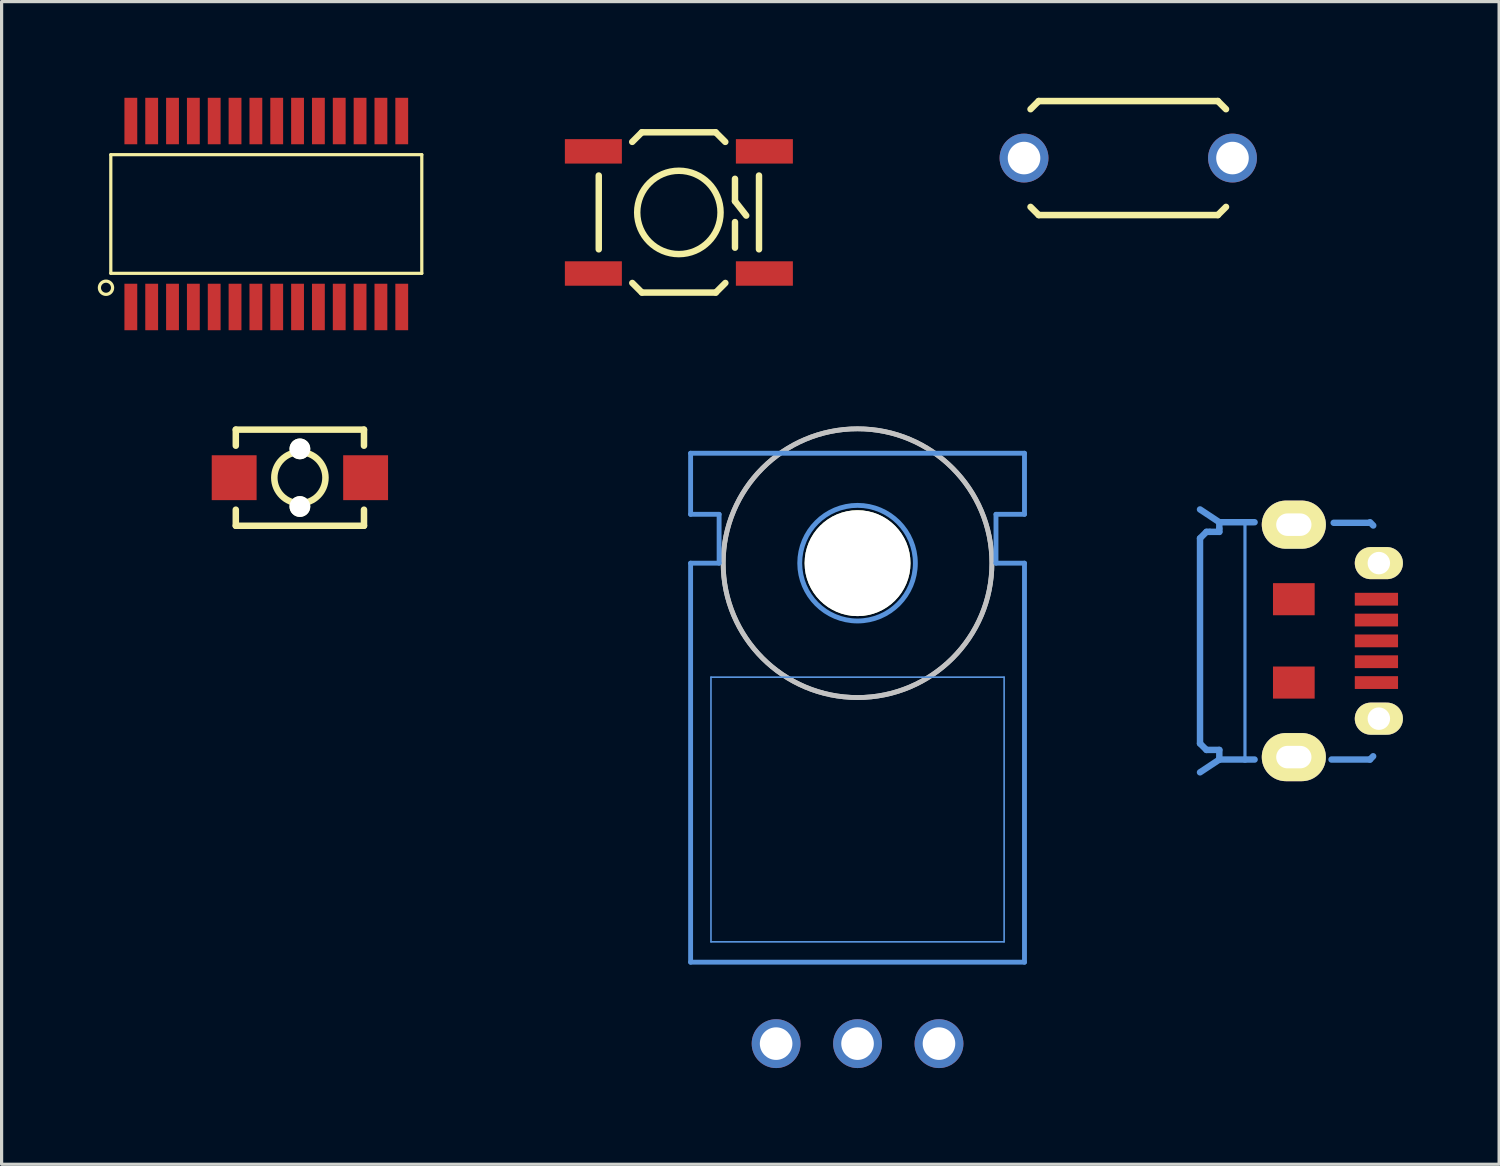
<source format=kicad_pcb>
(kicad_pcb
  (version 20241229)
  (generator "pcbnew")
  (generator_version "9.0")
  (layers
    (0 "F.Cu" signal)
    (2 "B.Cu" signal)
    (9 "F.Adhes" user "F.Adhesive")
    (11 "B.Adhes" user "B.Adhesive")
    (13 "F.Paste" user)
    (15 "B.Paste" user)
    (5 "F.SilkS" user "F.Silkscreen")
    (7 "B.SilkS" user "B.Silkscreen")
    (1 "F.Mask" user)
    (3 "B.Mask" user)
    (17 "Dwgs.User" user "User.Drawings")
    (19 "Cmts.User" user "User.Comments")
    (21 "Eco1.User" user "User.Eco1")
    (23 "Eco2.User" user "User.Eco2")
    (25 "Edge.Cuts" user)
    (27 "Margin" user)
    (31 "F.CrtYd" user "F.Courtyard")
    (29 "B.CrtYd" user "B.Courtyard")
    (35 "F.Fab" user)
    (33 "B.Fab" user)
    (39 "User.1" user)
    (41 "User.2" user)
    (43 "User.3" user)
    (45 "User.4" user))
  (footprint "SSOP28_4mm"
    (layer "F.Cu")
    (at 5.256 3.625)
    (property "Reference" "SSOP28_4mm" (at 0 -0.6 0) (layer "Eco1.User") (effects (font (size 0.8 0.8) (thickness 0.125))))
    (attr through_hole)
    (fp_line (start -4.85 -1.85) (end 4.85 -1.85) (stroke (width 0.1) (type solid)) (layer "F.SilkS"))
    (fp_line (start -4.85 1.85) (end -4.85 -1.85) (stroke (width 0.1) (type solid)) (layer "F.SilkS"))
    (fp_line (start 4.85 -1.85) (end 4.85 1.85) (stroke (width 0.1) (type solid)) (layer "F.SilkS"))
    (fp_line (start 4.85 1.85) (end -4.85 1.85) (stroke (width 0.1) (type solid)) (layer "F.SilkS"))
    (fp_circle (center -5 2.3) (end -4.8 2.35) (stroke (width 0.1) (type solid)) (fill no) (layer "F.SilkS"))
    (pad "1" smd rect (at -4.225 2.9) (size 0.4 1.45) (layers "F.Cu" "F.Mask" "F.Paste"))
    (pad "2" smd rect (at -3.575 2.9) (size 0.4 1.45) (layers "F.Cu" "F.Mask" "F.Paste"))
    (pad "3" smd rect (at -2.925 2.9) (size 0.4 1.45) (layers "F.Cu" "F.Mask" "F.Paste"))
    (pad "4" smd rect (at -2.275 2.9) (size 0.4 1.45) (layers "F.Cu" "F.Mask" "F.Paste"))
    (pad "5" smd rect (at -1.625 2.9) (size 0.4 1.45) (layers "F.Cu" "F.Mask" "F.Paste"))
    (pad "6" smd rect (at -0.975 2.9) (size 0.4 1.45) (layers "F.Cu" "F.Mask" "F.Paste"))
    (pad "7" smd rect (at -0.325 2.9) (size 0.4 1.45) (layers "F.Cu" "F.Mask" "F.Paste"))
    (pad "8" smd rect (at 0.325 2.9) (size 0.4 1.45) (layers "F.Cu" "F.Mask" "F.Paste"))
    (pad "9" smd rect (at 0.975 2.9) (size 0.4 1.45) (layers "F.Cu" "F.Mask" "F.Paste"))
    (pad "10" smd rect (at 1.625 2.9) (size 0.4 1.45) (layers "F.Cu" "F.Mask" "F.Paste"))
    (pad "11" smd rect (at 2.275 2.9) (size 0.4 1.45) (layers "F.Cu" "F.Mask" "F.Paste"))
    (pad "12" smd rect (at 2.925 2.9) (size 0.4 1.45) (layers "F.Cu" "F.Mask" "F.Paste"))
    (pad "13" smd rect (at 3.575 2.9) (size 0.4 1.45) (layers "F.Cu" "F.Mask" "F.Paste"))
    (pad "14" smd rect (at 4.225 2.9) (size 0.4 1.45) (layers "F.Cu" "F.Mask" "F.Paste"))
    (pad "15" smd rect (at 4.225 -2.9) (size 0.4 1.45) (layers "F.Cu" "F.Mask" "F.Paste"))
    (pad "16" smd rect (at 3.575 -2.9) (size 0.4 1.45) (layers "F.Cu" "F.Mask" "F.Paste"))
    (pad "17" smd rect (at 2.925 -2.9) (size 0.4 1.45) (layers "F.Cu" "F.Mask" "F.Paste"))
    (pad "18" smd rect (at 2.275 -2.9) (size 0.4 1.45) (layers "F.Cu" "F.Mask" "F.Paste"))
    (pad "19" smd rect (at 1.625 -2.9) (size 0.4 1.45) (layers "F.Cu" "F.Mask" "F.Paste"))
    (pad "20" smd rect (at 0.975 -2.9) (size 0.4 1.45) (layers "F.Cu" "F.Mask" "F.Paste"))
    (pad "21" smd rect (at 0.325 -2.9) (size 0.4 1.45) (layers "F.Cu" "F.Mask" "F.Paste"))
    (pad "22" smd rect (at -0.325 -2.9) (size 0.4 1.45) (layers "F.Cu" "F.Mask" "F.Paste"))
    (pad "23" smd rect (at -0.975 -2.9) (size 0.4 1.45) (layers "F.Cu" "F.Mask" "F.Paste"))
    (pad "24" smd rect (at -1.625 -2.9) (size 0.4 1.45) (layers "F.Cu" "F.Mask" "F.Paste"))
    (pad "25" smd rect (at -2.275 -2.9) (size 0.4 1.45) (layers "F.Cu" "F.Mask" "F.Paste"))
    (pad "26" smd rect (at -2.925 -2.9) (size 0.4 1.45) (layers "F.Cu" "F.Mask" "F.Paste"))
    (pad "27" smd rect (at -3.575 -2.9) (size 0.4 1.45) (layers "F.Cu" "F.Mask" "F.Paste"))
    (pad "28" smd rect (at -4.225 -2.9) (size 0.4 1.45) (layers "F.Cu" "F.Mask" "F.Paste")))
  (footprint "TO220_FLAT"
    (layer "F.Cu")
    (at 23.698 25.692)
    (property "Reference" "TO220_FLAT" (at -0.254 -4.191 0) (layer "Eco1.User") (effects (font (size 1.778 1.778) (thickness 0.178))))
    (attr through_hole)
    (fp_circle (center 0 -11.176) (end 4.191 -11.176) (stroke (width 0.15) (type solid)) (fill no) (layer "Dwgs.User"))
    (fp_circle (center 0 -11.176) (end 4.191 -11.176) (stroke (width 0.15) (type solid)) (fill no) (layer "Dwgs.User"))
    (fp_line (start -5.207 -12.7) (end -5.207 -14.605) (stroke (width 0.152) (type solid)) (layer "Cmts.User"))
    (fp_line (start -5.207 -11.176) (end -4.318 -11.176) (stroke (width 0.152) (type solid)) (layer "Cmts.User"))
    (fp_line (start -5.207 1.27) (end -5.207 -11.176) (stroke (width 0.152) (type solid)) (layer "Cmts.User"))
    (fp_line (start -5.207 1.27) (end 5.207 1.27) (stroke (width 0.152) (type solid)) (layer "Cmts.User"))
    (fp_line (start -4.572 0.635) (end -4.572 -7.62) (stroke (width 0.051) (type solid)) (layer "Cmts.User"))
    (fp_line (start -4.572 0.635) (end 4.572 0.635) (stroke (width 0.051) (type solid)) (layer "Cmts.User"))
    (fp_line (start -4.318 -12.7) (end -5.207 -12.7) (stroke (width 0.152) (type solid)) (layer "Cmts.User"))
    (fp_line (start -4.318 -11.176) (end -4.318 -12.7) (stroke (width 0.152) (type solid)) (layer "Cmts.User"))
    (fp_line (start 4.318 -12.7) (end 5.207 -12.7) (stroke (width 0.152) (type solid)) (layer "Cmts.User"))
    (fp_line (start 4.318 -11.176) (end 4.318 -12.7) (stroke (width 0.152) (type solid)) (layer "Cmts.User"))
    (fp_line (start 4.572 -7.62) (end -4.572 -7.62) (stroke (width 0.051) (type solid)) (layer "Cmts.User"))
    (fp_line (start 4.572 -7.62) (end 4.572 0.635) (stroke (width 0.051) (type solid)) (layer "Cmts.User"))
    (fp_line (start 5.207 -14.605) (end -5.207 -14.605) (stroke (width 0.152) (type solid)) (layer "Cmts.User"))
    (fp_line (start 5.207 -12.7) (end 5.207 -14.605) (stroke (width 0.152) (type solid)) (layer "Cmts.User"))
    (fp_line (start 5.207 -11.176) (end 4.318 -11.176) (stroke (width 0.152) (type solid)) (layer "Cmts.User"))
    (fp_line (start 5.207 1.27) (end 5.207 -11.176) (stroke (width 0.152) (type solid)) (layer "Cmts.User"))
    (fp_circle (center 0 -11.176) (end 1.803 -11.176) (stroke (width 0.152) (type solid)) (fill no) (layer "Cmts.User"))
    (pad "" np_thru_hole circle (at 0 -11.176) (size 3.302 3.302) (drill 3.302) (layers "*.Cu" "*.Mask" "F.SilkS"))
    (pad "1" thru_hole oval (at -2.54 3.81 90) (size 1.524 1.524) (drill 1.016) (layers "*.Cu" "*.Mask"))
    (pad "2" thru_hole oval (at 0 3.81 90) (size 1.524 1.524) (drill 1.016) (layers "*.Cu" "*.Mask"))
    (pad "3" thru_hole oval (at 2.54 3.81 90) (size 1.524 1.524) (drill 1.016) (layers "*.Cu" "*.Mask")))
  (footprint "SW_PUSHBUTTON_TINY_2PIN"
    (layer "F.Cu")
    (at 6.304 11.85)
    (property "Reference" "SW_PUSHBUTTON_TINY_2PIN" (at 0 0 0) (layer "Eco1.User") (effects (font (size 0.6 0.6) (thickness 0.1))))
    (attr through_hole)
    (fp_line (start -1.999 -1.499) (end -1.999 -0.998) (stroke (width 0.203) (type solid)) (layer "F.SilkS"))
    (fp_line (start -1.999 -1.499) (end 1.999 -1.499) (stroke (width 0.203) (type solid)) (layer "F.SilkS"))
    (fp_line (start -1.999 0.998) (end -1.999 1.499) (stroke (width 0.203) (type solid)) (layer "F.SilkS"))
    (fp_line (start -1.999 1.499) (end 1.999 1.499) (stroke (width 0.203) (type solid)) (layer "F.SilkS"))
    (fp_line (start 1.999 -1.499) (end 1.999 -0.998) (stroke (width 0.203) (type solid)) (layer "F.SilkS"))
    (fp_line (start 1.999 0.998) (end 1.999 1.499) (stroke (width 0.203) (type solid)) (layer "F.SilkS"))
    (fp_circle (center 0 0) (end 0.798 0) (stroke (width 0.203) (type solid)) (fill no) (layer "F.SilkS"))
    (pad "" np_thru_hole circle (at 0 -0.899) (size 0.648 0.648) (drill 0.648) (layers "*.Cu" "*.Mask" "F.SilkS"))
    (pad "" np_thru_hole circle (at 0 0.899) (size 0.648 0.648) (drill 0.648) (layers "*.Cu" "*.Mask" "F.SilkS"))
    (pad "1" smd rect (at -2.05 0 90) (size 1.4 1.4) (layers "F.Cu" "F.Mask" "F.Paste"))
    (pad "2" smd rect (at 2.05 0 90) (size 1.4 1.4) (layers "F.Cu" "F.Mask" "F.Paste")))
  (footprint "USB-MICRO-5pin_PTHMOUNT"
    (layer "F.Cu")
    (at 39.882 16.94)
    (property "Reference" "USB-MICRO-5pin_PTHMOUNT" (at -4.7 0 90) (layer "Eco1.User") (effects (font (size 0.6 0.6) (thickness 0.1))))
    (attr smd)
    (fp_line (start -5.502 -3.2) (end -5.502 3.2) (stroke (width 0.201) (type solid)) (layer "Cmts.User"))
    (fp_line (start -5.502 4.1) (end -4.9 3.701) (stroke (width 0.201) (type solid)) (layer "Cmts.User"))
    (fp_line (start -5.301 -3.401) (end -5.502 -3.2) (stroke (width 0.201) (type solid)) (layer "Cmts.User"))
    (fp_line (start -5.301 3.401) (end -5.502 3.2) (stroke (width 0.201) (type solid)) (layer "Cmts.User"))
    (fp_line (start -5.199 -3.401) (end -5.301 -3.401) (stroke (width 0.201) (type solid)) (layer "Cmts.User"))
    (fp_line (start -4.9 -3.701) (end -5.502 -4.1) (stroke (width 0.201) (type solid)) (layer "Cmts.User"))
    (fp_line (start -4.9 -3.701) (end -4.9 -3.5) (stroke (width 0.201) (type solid)) (layer "Cmts.User"))
    (fp_line (start -4.9 -3.5) (end -4.9 -3.401) (stroke (width 0.201) (type solid)) (layer "Cmts.User"))
    (fp_line (start -4.9 -3.401) (end -5.199 -3.401) (stroke (width 0.201) (type solid)) (layer "Cmts.User"))
    (fp_line (start -4.9 3.401) (end -5.301 3.401) (stroke (width 0.201) (type solid)) (layer "Cmts.User"))
    (fp_line (start -4.9 3.701) (end -4.9 3.401) (stroke (width 0.201) (type solid)) (layer "Cmts.User"))
    (fp_line (start -4.9 3.701) (end -4.1 3.701) (stroke (width 0.201) (type solid)) (layer "Cmts.User"))
    (fp_line (start -4.1 -3.701) (end -4.9 -3.701) (stroke (width 0.201) (type solid)) (layer "Cmts.User"))
    (fp_line (start -4.1 -3.701) (end -4.1 3.701) (stroke (width 0.099) (type solid)) (layer "Cmts.User"))
    (fp_line (start -4.1 -3.701) (end -3.8 -3.701) (stroke (width 0.201) (type solid)) (layer "Cmts.User"))
    (fp_line (start -4.1 3.701) (end -3.8 3.701) (stroke (width 0.201) (type solid)) (layer "Cmts.User"))
    (fp_line (start -0.254 -3.683) (end -1.333 -3.683) (stroke (width 0.2) (type solid)) (layer "Cmts.User"))
    (fp_line (start -0.201 3.701) (end -1.4 3.701) (stroke (width 0.201) (type solid)) (layer "Cmts.User"))
    (fp_line (start -0.201 3.701) (end -0.102 3.599) (stroke (width 0.201) (type solid)) (layer "Cmts.User"))
    (fp_line (start -0.099 -3.599) (end -0.198 -3.701) (stroke (width 0.201) (type solid)) (layer "Cmts.User"))
    (pad "1" smd rect (at 0 -1.3) (size 1.349 0.399) (layers "F.Cu" "F.Mask" "F.Paste"))
    (pad "2" smd rect (at 0 -0.65) (size 1.349 0.399) (layers "F.Cu" "F.Mask" "F.Paste"))
    (pad "3" smd rect (at 0 0) (size 1.349 0.399) (layers "F.Cu" "F.Mask" "F.Paste"))
    (pad "4" smd rect (at 0 0.65) (size 1.349 0.399) (layers "F.Cu" "F.Mask" "F.Paste"))
    (pad "5" smd rect (at 0 1.3) (size 1.349 0.399) (layers "F.Cu" "F.Mask" "F.Paste"))
    (pad "SHLD" thru_hole oval (at -2.576 -3.625) (size 1.999 1.501) (drill oval 1.1 0.701) (layers "*.Cu" "*.Mask" "F.SilkS"))
    (pad "SHLD" smd rect (at -2.576 -1.3) (size 1.3 1.001) (layers "F.Cu" "F.Mask" "F.Paste"))
    (pad "SHLD" smd rect (at -2.576 1.3) (size 1.3 1.001) (layers "F.Cu" "F.Mask" "F.Paste"))
    (pad "SHLD" thru_hole oval (at -2.576 3.625) (size 1.999 1.501) (drill oval 1.1 0.701) (layers "*.Cu" "*.Mask" "F.SilkS"))
    (pad "SHLD" thru_hole oval (at 0.076 -2.426) (size 1.501 1.001) (drill 0.701) (layers "*.Cu" "*.Mask" "F.SilkS"))
    (pad "SHLD" thru_hole oval (at 0.076 2.426) (size 1.501 1.001) (drill 0.701) (layers "*.Cu" "*.Mask" "F.SilkS")))
  (footprint "SW_PUSHBUTTON_SMD"
    (layer "F.Cu")
    (at 18.125 3.576)
    (property "Reference" "SW_PUSHBUTTON_SMD" (at 0.05 -3.05 0) (layer "Eco1.User") (effects (font (size 0.6 0.6) (thickness 0.1))))
    (attr smd)
    (fp_line (start -2.499 -1.151) (end -2.499 1.151) (stroke (width 0.201) (type solid)) (layer "F.SilkS"))
    (fp_line (start -1.156 -2.499) (end -1.455 -2.2) (stroke (width 0.201) (type solid)) (layer "F.SilkS"))
    (fp_line (start -1.153 2.499) (end -1.453 2.2) (stroke (width 0.201) (type solid)) (layer "F.SilkS"))
    (fp_line (start -1.151 2.499) (end 1.151 2.499) (stroke (width 0.201) (type solid)) (layer "F.SilkS"))
    (fp_line (start 1.146 -2.499) (end -1.156 -2.499) (stroke (width 0.201) (type solid)) (layer "F.SilkS"))
    (fp_line (start 1.148 -2.499) (end 1.448 -2.2) (stroke (width 0.201) (type solid)) (layer "F.SilkS"))
    (fp_line (start 1.151 2.499) (end 1.45 2.2) (stroke (width 0.201) (type solid)) (layer "F.SilkS"))
    (fp_line (start 1.75 -1.049) (end 1.75 -0.351) (stroke (width 0.201) (type solid)) (layer "F.SilkS"))
    (fp_line (start 1.75 -0.351) (end 2.101 0.099) (stroke (width 0.201) (type solid)) (layer "F.SilkS"))
    (fp_line (start 1.75 0.3) (end 1.75 1.1) (stroke (width 0.201) (type solid)) (layer "F.SilkS"))
    (fp_line (start 2.499 -1.151) (end 2.499 1.151) (stroke (width 0.201) (type solid)) (layer "F.SilkS"))
    (fp_circle (center 0 0) (end 1.3 0) (stroke (width 0.201) (type solid)) (fill no) (layer "F.SilkS"))
    (pad "1" smd rect (at -2.667 -1.905) (size 1.778 0.762) (layers "F.Cu" "F.Mask" "F.Paste"))
    (pad "1" smd rect (at 2.667 -1.905) (size 1.778 0.762) (layers "F.Cu" "F.Mask" "F.Paste"))
    (pad "2" smd rect (at -2.667 1.905) (size 1.778 0.762) (layers "F.Cu" "F.Mask" "F.Paste"))
    (pad "2" smd rect (at 2.667 1.905) (size 1.778 0.762) (layers "F.Cu" "F.Mask" "F.Paste")))
  (footprint "SW_PUSHBUTTON_TC0122"
    (layer "F.Cu")
    (at 32.142 1.88)
    (property "Reference" "SW_PUSHBUTTON_TC0122" (at -0.15 -1.05 0) (layer "Eco1.User") (effects (font (size 0.6 0.6) (thickness 0.125))))
    (attr through_hole)
    (fp_line (start -3.048 -1.524) (end -2.794 -1.778) (stroke (width 0.203) (type solid)) (layer "F.SilkS"))
    (fp_line (start -2.794 -1.778) (end 2.794 -1.778) (stroke (width 0.203) (type solid)) (layer "F.SilkS"))
    (fp_line (start -2.794 1.778) (end -3.048 1.524) (stroke (width 0.203) (type solid)) (layer "F.SilkS"))
    (fp_line (start 2.794 -1.778) (end 3.048 -1.524) (stroke (width 0.203) (type solid)) (layer "F.SilkS"))
    (fp_line (start 2.794 1.778) (end -2.794 1.778) (stroke (width 0.203) (type solid)) (layer "F.SilkS"))
    (fp_line (start 3.048 1.524) (end 2.794 1.778) (stroke (width 0.203) (type solid)) (layer "F.SilkS"))
    (pad "1" thru_hole circle (at -3.251 0) (size 1.524 1.524) (drill 1.016) (layers "*.Cu" "*.Mask"))
    (pad "2" thru_hole circle (at 3.251 0) (size 1.524 1.524) (drill 1.016) (layers "*.Cu" "*.Mask")))
  (gr_rect
    (start -3 -3)
    (end 43.709 33.264)
    (stroke (width 0.1) (type default))
    (fill no)
    (layer "Edge.Cuts")))
</source>
